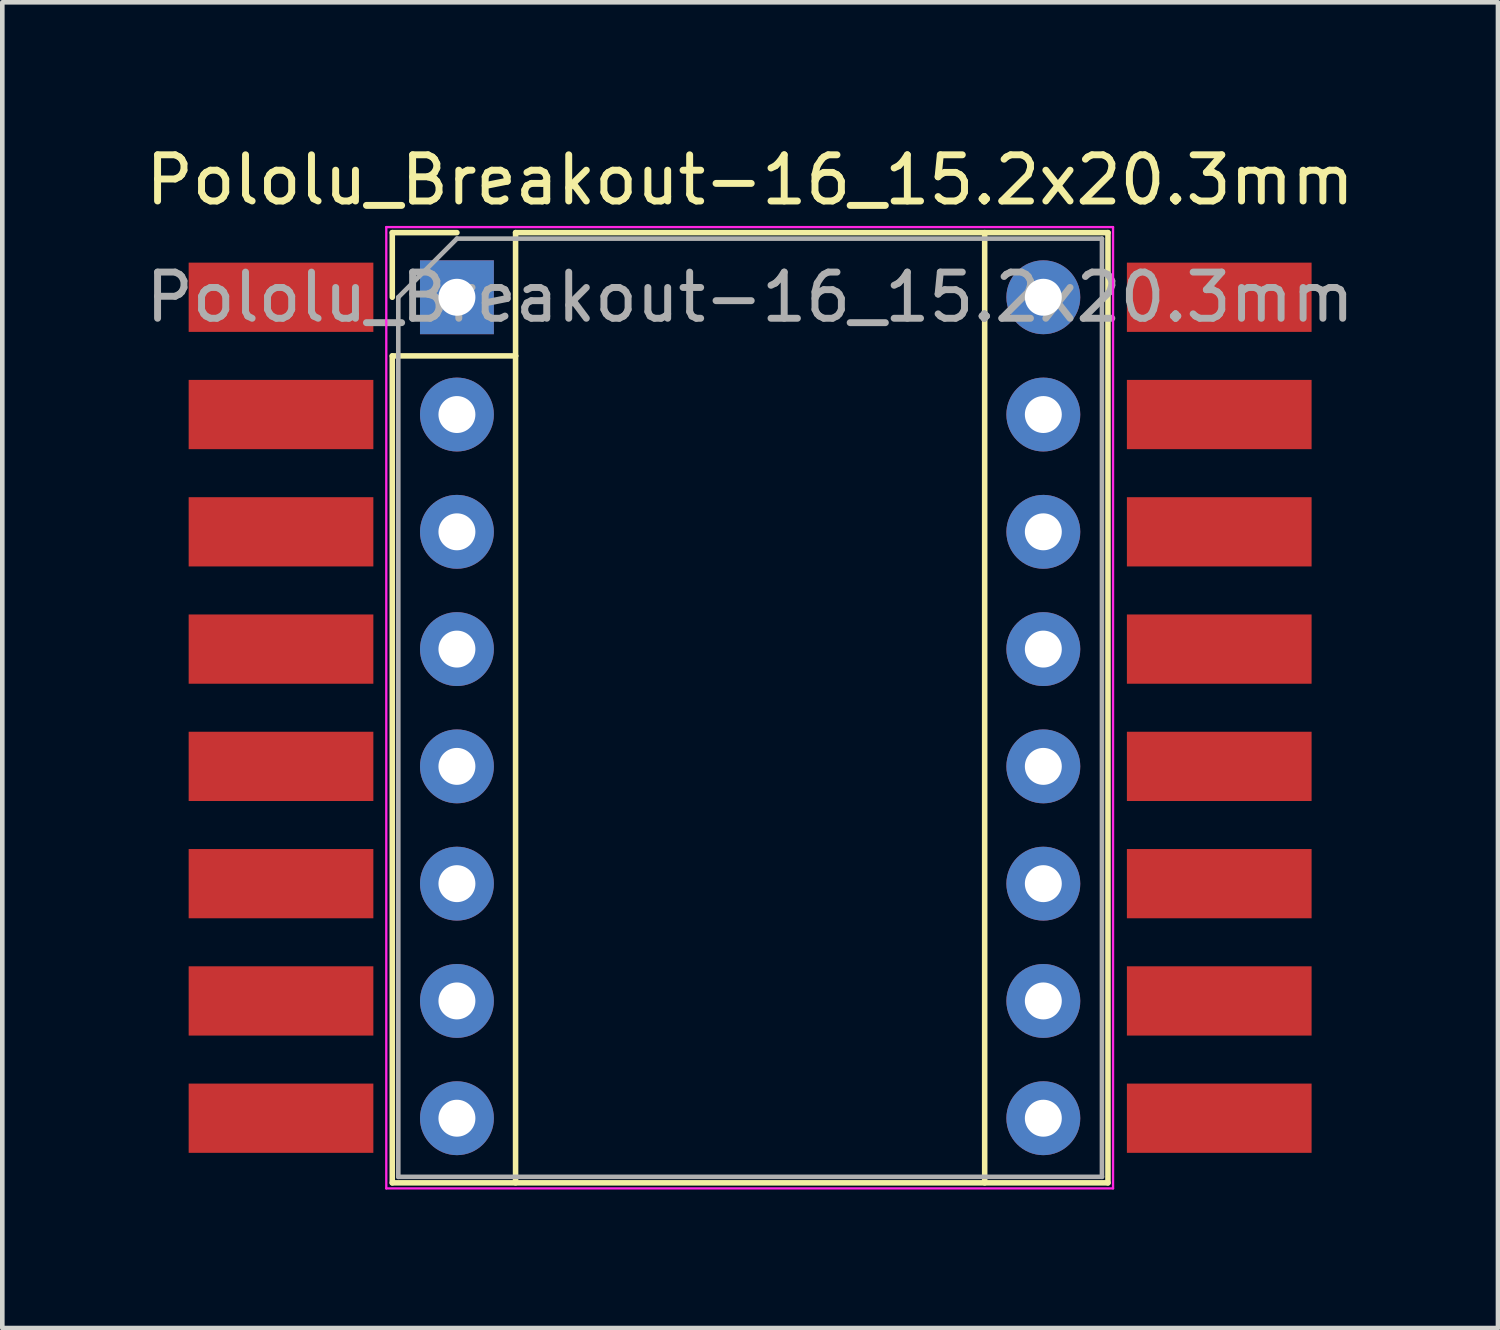
<source format=kicad_pcb>
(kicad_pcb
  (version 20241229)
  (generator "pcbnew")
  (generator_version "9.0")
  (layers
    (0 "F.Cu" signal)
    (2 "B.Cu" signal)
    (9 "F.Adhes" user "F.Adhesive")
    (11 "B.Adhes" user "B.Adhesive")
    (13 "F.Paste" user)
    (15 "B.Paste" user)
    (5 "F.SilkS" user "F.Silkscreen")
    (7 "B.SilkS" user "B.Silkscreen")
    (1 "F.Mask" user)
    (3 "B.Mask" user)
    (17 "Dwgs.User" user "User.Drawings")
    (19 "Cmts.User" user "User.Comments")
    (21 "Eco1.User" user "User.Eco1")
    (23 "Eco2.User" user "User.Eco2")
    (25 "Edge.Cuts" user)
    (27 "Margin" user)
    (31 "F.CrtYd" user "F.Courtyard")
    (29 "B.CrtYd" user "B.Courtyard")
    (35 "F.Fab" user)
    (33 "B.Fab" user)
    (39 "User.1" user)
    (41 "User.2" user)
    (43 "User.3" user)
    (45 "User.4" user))
  (footprint "Pololu_Breakout-16_15.2x20.3mm"
    (layer "F.Cu")
    (at 6.846 3.388)
    (property "Reference" "Pololu_Breakout-16_15.2x20.3mm" (at 6.35 -2.54 0) (layer "F.SilkS") (effects (font (size 1 1) (thickness 0.15))))
    (attr through_hole)
    (fp_line (start -1.4 -1.4) (end -1.4 0) (stroke (width 0.12) (type solid)) (layer "F.SilkS"))
    (fp_line (start -1.4 1.27) (end -1.4 19.18) (stroke (width 0.12) (type solid)) (layer "F.SilkS"))
    (fp_line (start -1.4 19.18) (end 14.1 19.18) (stroke (width 0.12) (type solid)) (layer "F.SilkS"))
    (fp_line (start 0 -1.4) (end -1.4 -1.4) (stroke (width 0.12) (type solid)) (layer "F.SilkS"))
    (fp_line (start 1.27 -1.4) (end 1.27 1.27) (stroke (width 0.12) (type solid)) (layer "F.SilkS"))
    (fp_line (start 1.27 1.27) (end -1.4 1.27) (stroke (width 0.12) (type solid)) (layer "F.SilkS"))
    (fp_line (start 1.27 1.27) (end 1.27 19.18) (stroke (width 0.12) (type solid)) (layer "F.SilkS"))
    (fp_line (start 11.43 -1.4) (end 11.43 19.18) (stroke (width 0.12) (type solid)) (layer "F.SilkS"))
    (fp_line (start 14.1 -1.4) (end 1.27 -1.4) (stroke (width 0.12) (type solid)) (layer "F.SilkS"))
    (fp_line (start 14.1 19.18) (end 14.1 -1.4) (stroke (width 0.12) (type solid)) (layer "F.SilkS"))
    (fp_line (start -1.53 -1.52) (end -1.53 19.3) (stroke (width 0.05) (type solid)) (layer "F.CrtYd"))
    (fp_line (start -1.53 -1.52) (end 14.21 -1.52) (stroke (width 0.05) (type solid)) (layer "F.CrtYd"))
    (fp_line (start 14.21 19.3) (end -1.53 19.3) (stroke (width 0.05) (type solid)) (layer "F.CrtYd"))
    (fp_line (start 14.21 19.3) (end 14.21 -1.52) (stroke (width 0.05) (type solid)) (layer "F.CrtYd"))
    (fp_line (start -1.27 0) (end 0 -1.27) (stroke (width 0.1) (type solid)) (layer "F.Fab"))
    (fp_line (start -1.27 19.05) (end -1.27 0) (stroke (width 0.1) (type solid)) (layer "F.Fab"))
    (fp_line (start 0 -1.27) (end 13.97 -1.27) (stroke (width 0.1) (type solid)) (layer "F.Fab"))
    (fp_line (start 13.97 -1.27) (end 13.97 19.05) (stroke (width 0.1) (type solid)) (layer "F.Fab"))
    (fp_line (start 13.97 19.05) (end -1.27 19.05) (stroke (width 0.1) (type solid)) (layer "F.Fab"))
    (fp_text user "${REFERENCE}" (at 6.35 0 0) (layer "F.Fab") (effects (font (size 1 1) (thickness 0.15))))
    (pad "1" smd rect (at -3.81 0) (size 4 1.5) (layers "F.Cu" "F.Mask" "F.Paste"))
    (pad "1" thru_hole rect (at 0 0) (size 1.6 1.6) (drill 0.8) (layers "*.Cu" "*.Mask"))
    (pad "2" smd rect (at -3.81 2.54) (size 4 1.5) (layers "F.Cu" "F.Mask" "F.Paste"))
    (pad "2" thru_hole oval (at 0 2.54) (size 1.6 1.6) (drill 0.8) (layers "*.Cu" "*.Mask"))
    (pad "3" smd rect (at -3.81 5.08) (size 4 1.5) (layers "F.Cu" "F.Mask" "F.Paste"))
    (pad "3" thru_hole oval (at 0 5.08) (size 1.6 1.6) (drill 0.8) (layers "*.Cu" "*.Mask"))
    (pad "4" smd rect (at -3.81 7.62) (size 4 1.5) (layers "F.Cu" "F.Mask" "F.Paste"))
    (pad "4" thru_hole oval (at 0 7.62) (size 1.6 1.6) (drill 0.8) (layers "*.Cu" "*.Mask"))
    (pad "5" smd rect (at -3.81 10.16) (size 4 1.5) (layers "F.Cu" "F.Mask" "F.Paste"))
    (pad "5" thru_hole oval (at 0 10.16) (size 1.6 1.6) (drill 0.8) (layers "*.Cu" "*.Mask"))
    (pad "6" smd rect (at -3.81 12.7) (size 4 1.5) (layers "F.Cu" "F.Mask" "F.Paste"))
    (pad "6" thru_hole oval (at 0 12.7) (size 1.6 1.6) (drill 0.8) (layers "*.Cu" "*.Mask"))
    (pad "7" smd rect (at -3.81 15.24) (size 4 1.5) (layers "F.Cu" "F.Mask" "F.Paste"))
    (pad "7" thru_hole oval (at 0 15.24) (size 1.6 1.6) (drill 0.8) (layers "*.Cu" "*.Mask"))
    (pad "8" smd rect (at -3.81 17.78) (size 4 1.5) (layers "F.Cu" "F.Mask" "F.Paste"))
    (pad "8" thru_hole oval (at 0 17.78) (size 1.6 1.6) (drill 0.8) (layers "*.Cu" "*.Mask"))
    (pad "9" thru_hole oval (at 12.7 17.78) (size 1.6 1.6) (drill 0.8) (layers "*.Cu" "*.Mask"))
    (pad "9" smd rect (at 16.51 17.78) (size 4 1.5) (layers "F.Cu" "F.Mask" "F.Paste"))
    (pad "10" thru_hole oval (at 12.7 15.24) (size 1.6 1.6) (drill 0.8) (layers "*.Cu" "*.Mask"))
    (pad "10" smd rect (at 16.51 15.24) (size 4 1.5) (layers "F.Cu" "F.Mask" "F.Paste"))
    (pad "11" thru_hole oval (at 12.7 12.7) (size 1.6 1.6) (drill 0.8) (layers "*.Cu" "*.Mask"))
    (pad "11" smd rect (at 16.51 12.7) (size 4 1.5) (layers "F.Cu" "F.Mask" "F.Paste"))
    (pad "12" thru_hole oval (at 12.7 10.16) (size 1.6 1.6) (drill 0.8) (layers "*.Cu" "*.Mask"))
    (pad "12" smd rect (at 16.51 10.16) (size 4 1.5) (layers "F.Cu" "F.Mask" "F.Paste"))
    (pad "13" thru_hole oval (at 12.7 7.62) (size 1.6 1.6) (drill 0.8) (layers "*.Cu" "*.Mask"))
    (pad "13" smd rect (at 16.51 7.62) (size 4 1.5) (layers "F.Cu" "F.Mask" "F.Paste"))
    (pad "14" thru_hole oval (at 12.7 5.08) (size 1.6 1.6) (drill 0.8) (layers "*.Cu" "*.Mask"))
    (pad "14" smd rect (at 16.51 5.08) (size 4 1.5) (layers "F.Cu" "F.Mask" "F.Paste"))
    (pad "15" thru_hole oval (at 12.7 2.54) (size 1.6 1.6) (drill 0.8) (layers "*.Cu" "*.Mask"))
    (pad "15" smd rect (at 16.51 2.54) (size 4 1.5) (layers "F.Cu" "F.Mask" "F.Paste"))
    (pad "16" thru_hole oval (at 12.7 0) (size 1.6 1.6) (drill 0.8) (layers "*.Cu" "*.Mask"))
    (pad "16" smd rect (at 16.51 0) (size 4 1.5) (layers "F.Cu" "F.Mask" "F.Paste")))
  (gr_rect
    (start -3 -3)
    (end 29.393 25.713)
    (stroke (width 0.1) (type default))
    (fill no)
    (layer "Edge.Cuts")))
</source>
